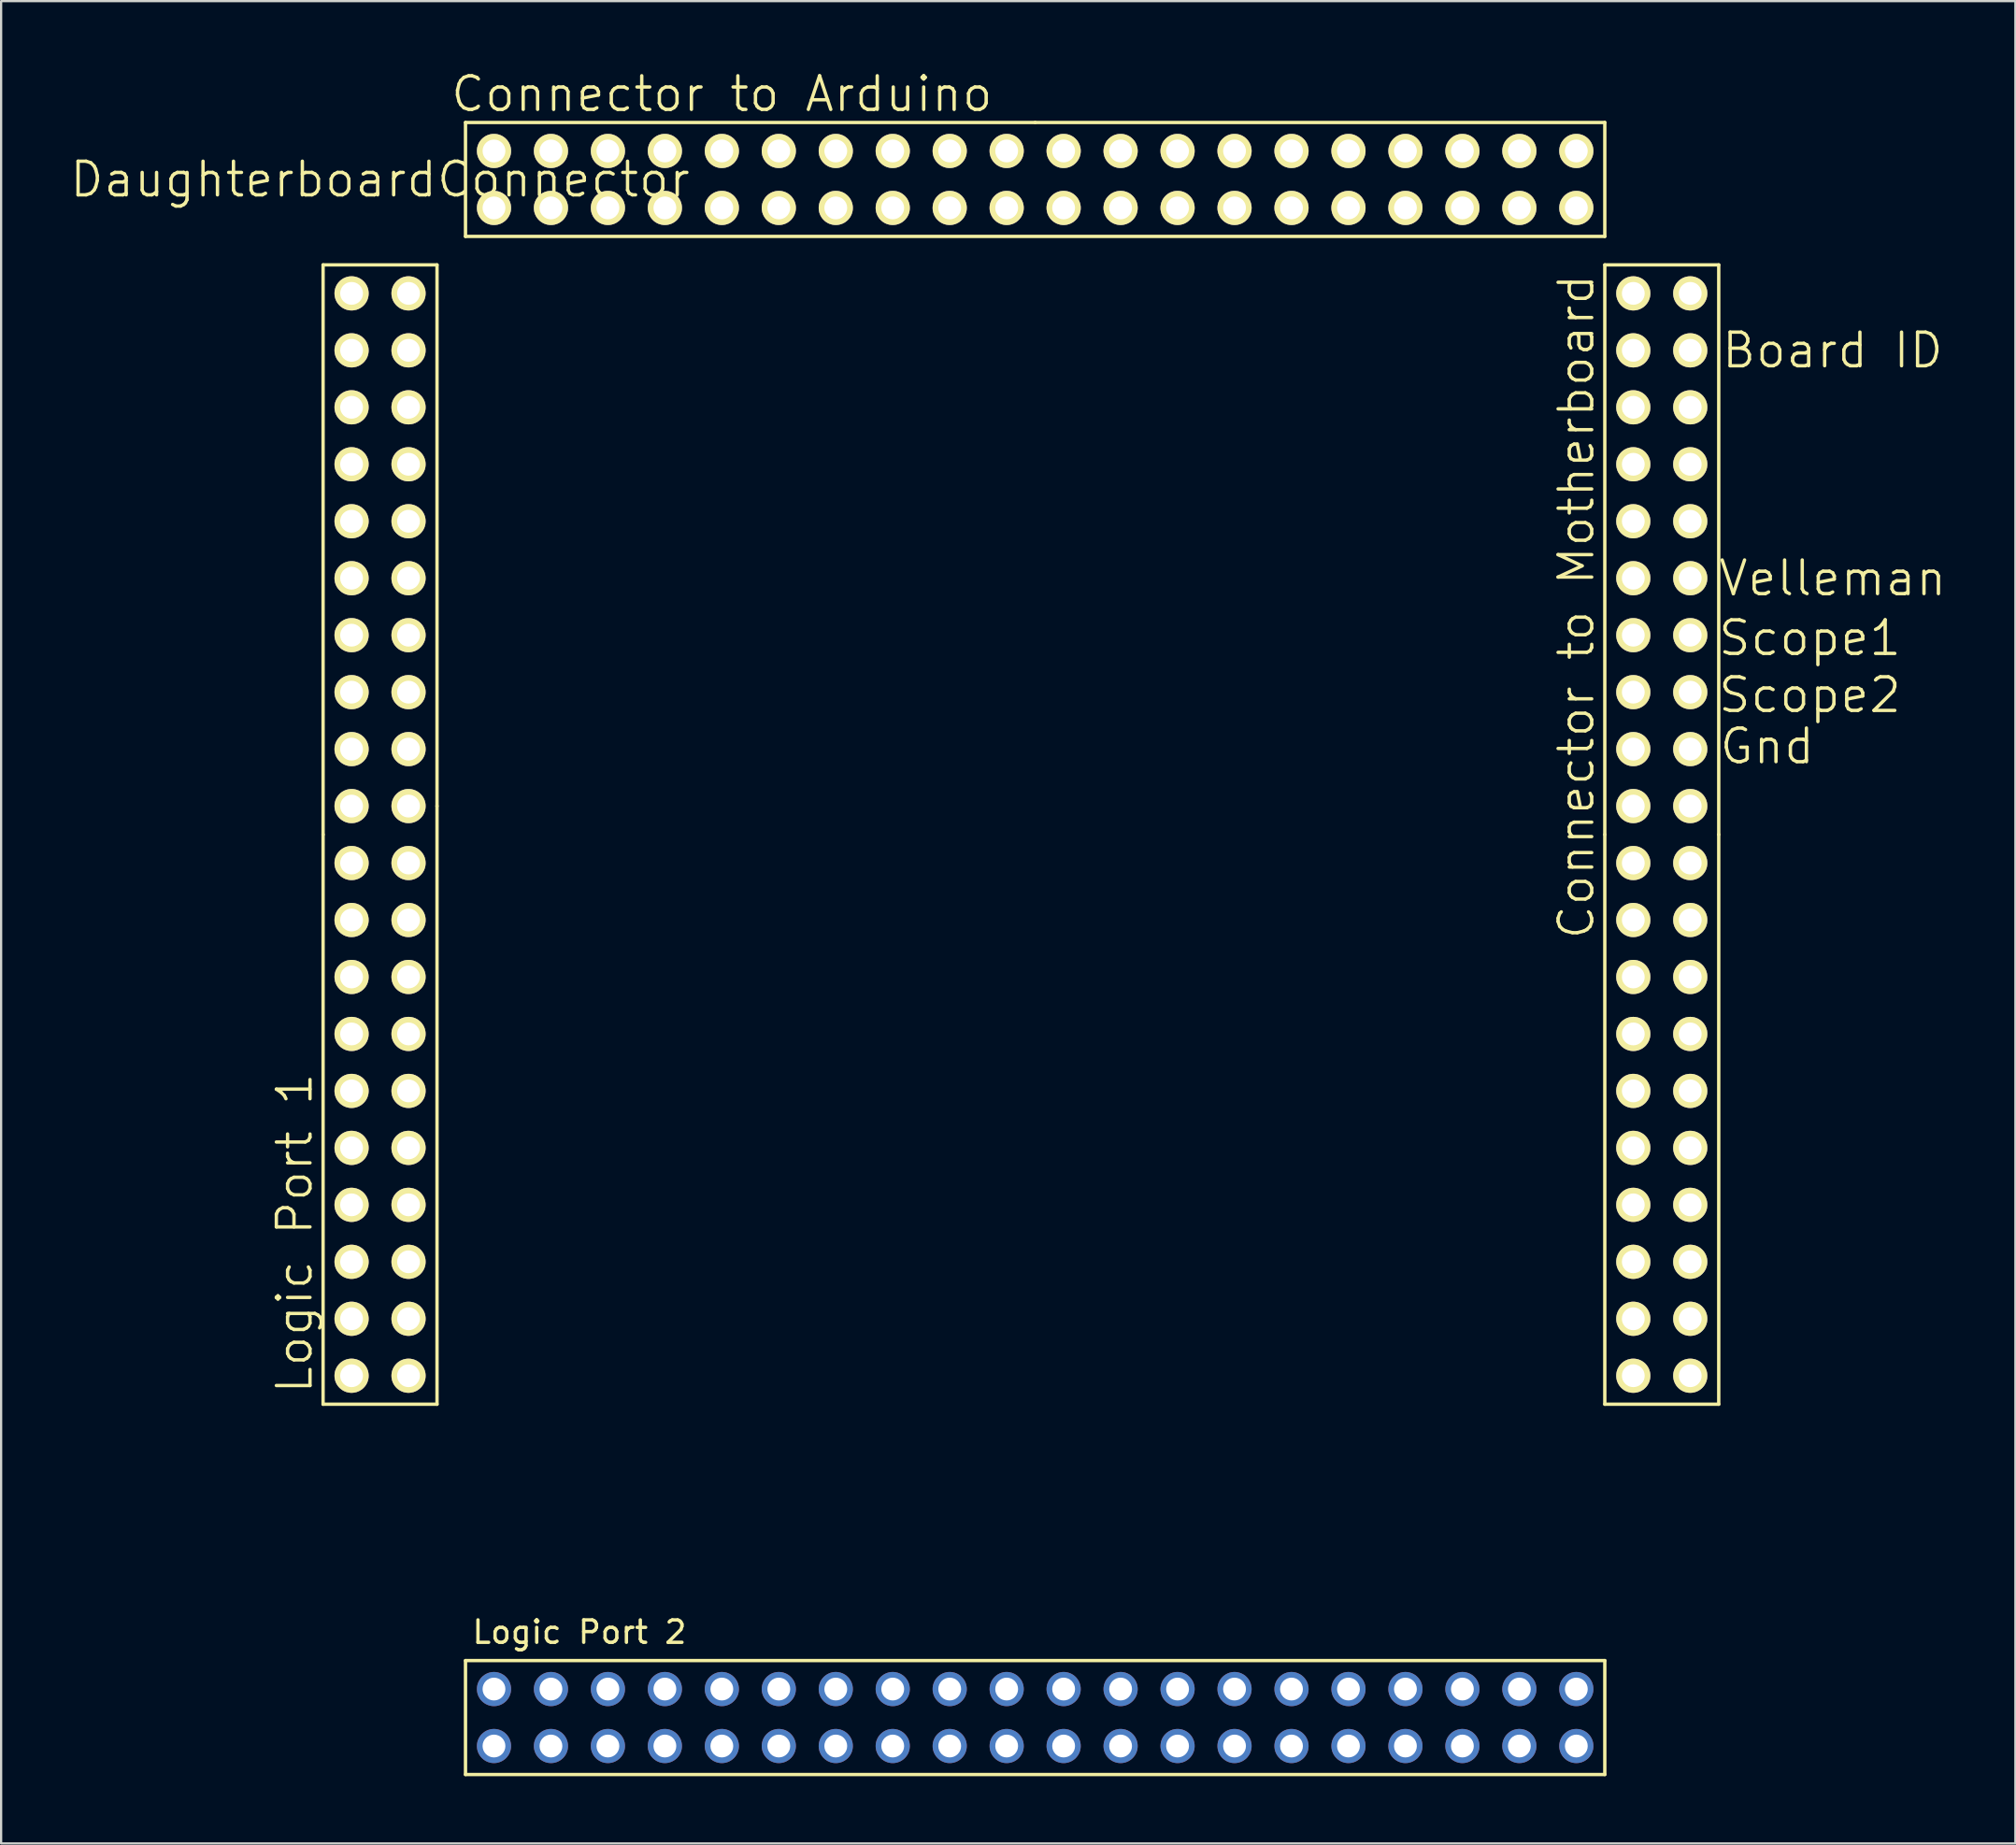
<source format=kicad_pcb>
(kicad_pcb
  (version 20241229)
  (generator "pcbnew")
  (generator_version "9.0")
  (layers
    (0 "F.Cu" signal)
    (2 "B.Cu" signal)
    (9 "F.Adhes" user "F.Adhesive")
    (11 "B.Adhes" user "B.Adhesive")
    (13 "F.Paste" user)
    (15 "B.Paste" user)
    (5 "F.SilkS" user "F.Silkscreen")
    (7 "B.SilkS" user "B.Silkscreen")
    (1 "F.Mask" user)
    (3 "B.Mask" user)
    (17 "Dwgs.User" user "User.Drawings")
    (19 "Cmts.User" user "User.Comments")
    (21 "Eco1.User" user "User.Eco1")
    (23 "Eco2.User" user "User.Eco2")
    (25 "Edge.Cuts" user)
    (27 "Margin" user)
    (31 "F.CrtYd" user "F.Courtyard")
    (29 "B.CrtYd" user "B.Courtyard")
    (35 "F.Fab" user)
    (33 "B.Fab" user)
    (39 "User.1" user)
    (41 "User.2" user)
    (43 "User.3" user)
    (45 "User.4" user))
  (footprint "DaughterboardConnector"
    (layer "F.Cu")
    (at 30.406 22.731)
    (property "Reference" "DaughterboardConnector" (at -16.51 -17.78 0) (layer "F.SilkS") (effects (font (size 1.5 1.5) (thickness 0.15))))
    (attr through_hole)
    (fp_line (start -19.05 -13.97) (end -19.05 11.43) (stroke (width 0.15) (type solid)) (layer "F.SilkS"))
    (fp_line (start -19.05 36.83) (end -19.05 11.43) (stroke (width 0.15) (type solid)) (layer "F.SilkS"))
    (fp_line (start -13.97 -13.97) (end -19.05 -13.97) (stroke (width 0.15) (type solid)) (layer "F.SilkS"))
    (fp_line (start -13.97 10.16) (end -13.97 -13.97) (stroke (width 0.15) (type solid)) (layer "F.SilkS"))
    (fp_line (start -13.97 10.16) (end -13.97 36.83) (stroke (width 0.15) (type solid)) (layer "F.SilkS"))
    (fp_line (start -13.97 36.83) (end -19.05 36.83) (stroke (width 0.15) (type solid)) (layer "F.SilkS"))
    (fp_line (start -12.7 -20.32) (end -12.7 -15.24) (stroke (width 0.15) (type solid)) (layer "F.SilkS"))
    (fp_line (start -12.7 48.26) (end -12.7 53.34) (stroke (width 0.15) (type solid)) (layer "F.SilkS"))
    (fp_line (start -12.7 53.34) (end 38.1 53.34) (stroke (width 0.15) (type solid)) (layer "F.SilkS"))
    (fp_line (start 12.7 -20.32) (end -12.7 -20.32) (stroke (width 0.15) (type solid)) (layer "F.SilkS"))
    (fp_line (start 12.7 -20.32) (end 38.1 -20.32) (stroke (width 0.15) (type solid)) (layer "F.SilkS"))
    (fp_line (start 38.1 -20.32) (end 38.1 -15.24) (stroke (width 0.15) (type solid)) (layer "F.SilkS"))
    (fp_line (start 38.1 -15.24) (end -12.7 -15.24) (stroke (width 0.15) (type solid)) (layer "F.SilkS"))
    (fp_line (start 38.1 -13.97) (end 43.18 -13.97) (stroke (width 0.15) (type solid)) (layer "F.SilkS"))
    (fp_line (start 38.1 11.43) (end 38.1 -13.97) (stroke (width 0.15) (type solid)) (layer "F.SilkS"))
    (fp_line (start 38.1 36.83) (end 38.1 11.43) (stroke (width 0.15) (type solid)) (layer "F.SilkS"))
    (fp_line (start 38.1 48.26) (end -12.7 48.26) (stroke (width 0.15) (type solid)) (layer "F.SilkS"))
    (fp_line (start 38.1 53.34) (end 38.1 48.26) (stroke (width 0.15) (type solid)) (layer "F.SilkS"))
    (fp_line (start 43.18 -13.97) (end 43.18 11.43) (stroke (width 0.15) (type solid)) (layer "F.SilkS"))
    (fp_line (start 43.18 11.43) (end 43.18 36.83) (stroke (width 0.15) (type solid)) (layer "F.SilkS"))
    (fp_line (start 43.18 36.83) (end 38.1 36.83) (stroke (width 0.15) (type solid)) (layer "F.SilkS"))
    (fp_text user "Velleman" (at 48.26 0 0) (layer "F.SilkS") (effects (font (size 1.5 1.5) (thickness 0.15))))
    (fp_text user "Logic Port 1" (at -20.32 29.21 90) (layer "F.SilkS") (effects (font (size 1.5 1.5) (thickness 0.15))))
    (fp_text user "Scope2" (at 47.244 5.207 0) (layer "F.SilkS") (effects (font (size 1.5 1.5) (thickness 0.15))))
    (fp_text user "Board ID" (at 48.26 -10.16 0) (layer "F.SilkS") (effects (font (size 1.5 1.5) (thickness 0.15))))
    (fp_text user "Connector to Arduino" (at -1.27 -21.59 0) (layer "F.SilkS") (effects (font (size 1.5 1.5) (thickness 0.15))))
    (fp_text user "Gnd" (at 45.339 7.493 0) (layer "F.SilkS") (effects (font (size 1.5 1.5) (thickness 0.15))))
    (fp_text user "Connector to Motherboard" (at 36.83 1.27 90) (layer "F.SilkS") (effects (font (size 1.5 1.5) (thickness 0.15))))
    (fp_text user "Scope1" (at 47.244 2.667 0) (layer "F.SilkS") (effects (font (size 1.5 1.5) (thickness 0.15))))
    (fp_text user "Logic Port 2" (at -7.62 46.99 0) (layer "F.SilkS") (effects (font (size 1 1) (thickness 0.15))))
    (pad "1" thru_hole circle (at 41.91 35.56) (size 1.524 1.524) (drill 1.016) (layers "*.Cu" "*.Mask" "F.SilkS"))
    (pad "2" thru_hole circle (at 39.37 35.56) (size 1.524 1.524) (drill 1.016) (layers "*.Cu" "*.Mask" "F.SilkS"))
    (pad "3" thru_hole circle (at 41.91 33.02) (size 1.524 1.524) (drill 1.016) (layers "*.Cu" "*.Mask" "F.SilkS"))
    (pad "4" thru_hole circle (at 39.37 33.02) (size 1.524 1.524) (drill 1.016) (layers "*.Cu" "*.Mask" "F.SilkS"))
    (pad "5" thru_hole circle (at 41.91 30.48) (size 1.524 1.524) (drill 1.016) (layers "*.Cu" "*.Mask" "F.SilkS"))
    (pad "6" thru_hole circle (at 39.37 30.48) (size 1.524 1.524) (drill 1.016) (layers "*.Cu" "*.Mask" "F.SilkS"))
    (pad "7" thru_hole circle (at 41.91 27.94) (size 1.524 1.524) (drill 1.016) (layers "*.Cu" "*.Mask" "F.SilkS"))
    (pad "8" thru_hole circle (at 39.37 27.94) (size 1.524 1.524) (drill 1.016) (layers "*.Cu" "*.Mask" "F.SilkS"))
    (pad "9" thru_hole circle (at 41.91 25.4) (size 1.524 1.524) (drill 1.016) (layers "*.Cu" "*.Mask" "F.SilkS"))
    (pad "10" thru_hole circle (at 39.37 25.4) (size 1.524 1.524) (drill 1.016) (layers "*.Cu" "*.Mask" "F.SilkS"))
    (pad "11" thru_hole circle (at 41.91 22.86) (size 1.524 1.524) (drill 1.016) (layers "*.Cu" "*.Mask" "F.SilkS"))
    (pad "12" thru_hole circle (at 39.37 22.86) (size 1.524 1.524) (drill 1.016) (layers "*.Cu" "*.Mask" "F.SilkS"))
    (pad "13" thru_hole circle (at 41.91 20.32) (size 1.524 1.524) (drill 1.016) (layers "*.Cu" "*.Mask" "F.SilkS"))
    (pad "14" thru_hole circle (at 39.37 20.32) (size 1.524 1.524) (drill 1.016) (layers "*.Cu" "*.Mask" "F.SilkS"))
    (pad "15" thru_hole circle (at 41.91 17.78) (size 1.524 1.524) (drill 1.016) (layers "*.Cu" "*.Mask" "F.SilkS"))
    (pad "16" thru_hole circle (at 39.37 17.78) (size 1.524 1.524) (drill 1.016) (layers "*.Cu" "*.Mask" "F.SilkS"))
    (pad "17" thru_hole circle (at 41.91 15.24) (size 1.524 1.524) (drill 1.016) (layers "*.Cu" "*.Mask" "F.SilkS"))
    (pad "18" thru_hole circle (at 39.37 15.24) (size 1.524 1.524) (drill 1.016) (layers "*.Cu" "*.Mask" "F.SilkS"))
    (pad "19" thru_hole circle (at 41.91 12.7) (size 1.524 1.524) (drill 1.016) (layers "*.Cu" "*.Mask" "F.SilkS"))
    (pad "20" thru_hole circle (at 39.37 12.7) (size 1.524 1.524) (drill 1.016) (layers "*.Cu" "*.Mask" "F.SilkS"))
    (pad "21" thru_hole circle (at 41.91 10.16) (size 1.524 1.524) (drill 1.016) (layers "*.Cu" "*.Mask" "F.SilkS"))
    (pad "22" thru_hole circle (at 39.37 10.16) (size 1.524 1.524) (drill 1.016) (layers "*.Cu" "*.Mask" "F.SilkS"))
    (pad "23" thru_hole circle (at 41.91 7.62) (size 1.524 1.524) (drill 1.016) (layers "*.Cu" "*.Mask" "F.SilkS"))
    (pad "24" thru_hole circle (at 39.37 7.62) (size 1.524 1.524) (drill 1.016) (layers "*.Cu" "*.Mask" "F.SilkS"))
    (pad "25" thru_hole circle (at 41.91 5.08) (size 1.524 1.524) (drill 1.016) (layers "*.Cu" "*.Mask" "F.SilkS"))
    (pad "26" thru_hole circle (at 39.37 5.08) (size 1.524 1.524) (drill 1.016) (layers "*.Cu" "*.Mask" "F.SilkS"))
    (pad "27" thru_hole circle (at 41.91 2.54) (size 1.524 1.524) (drill 1.016) (layers "*.Cu" "*.Mask" "F.SilkS"))
    (pad "28" thru_hole circle (at 39.37 2.54) (size 1.524 1.524) (drill 1.016) (layers "*.Cu" "*.Mask" "F.SilkS"))
    (pad "29" thru_hole circle (at 41.91 0) (size 1.524 1.524) (drill 1.016) (layers "*.Cu" "*.Mask" "F.SilkS"))
    (pad "30" thru_hole circle (at 39.37 0) (size 1.524 1.524) (drill 1.016) (layers "*.Cu" "*.Mask" "F.SilkS"))
    (pad "31" thru_hole circle (at 41.91 -2.54) (size 1.524 1.524) (drill 1.016) (layers "*.Cu" "*.Mask" "F.SilkS"))
    (pad "32" thru_hole circle (at 39.37 -2.54) (size 1.524 1.524) (drill 1.016) (layers "*.Cu" "*.Mask" "F.SilkS"))
    (pad "33" thru_hole circle (at 41.91 -5.08) (size 1.524 1.524) (drill 1.016) (layers "*.Cu" "*.Mask" "F.SilkS"))
    (pad "34" thru_hole circle (at 39.37 -5.08) (size 1.524 1.524) (drill 1.016) (layers "*.Cu" "*.Mask" "F.SilkS"))
    (pad "35" thru_hole circle (at 41.91 -7.62) (size 1.524 1.524) (drill 1.016) (layers "*.Cu" "*.Mask" "F.SilkS"))
    (pad "36" thru_hole circle (at 39.37 -7.62) (size 1.524 1.524) (drill 1.016) (layers "*.Cu" "*.Mask" "F.SilkS"))
    (pad "37" thru_hole circle (at 41.91 -10.16) (size 1.524 1.524) (drill 1.016) (layers "*.Cu" "*.Mask" "F.SilkS"))
    (pad "38" thru_hole circle (at 39.37 -10.16) (size 1.524 1.524) (drill 1.016) (layers "*.Cu" "*.Mask" "F.SilkS"))
    (pad "39" thru_hole circle (at 41.91 -12.7) (size 1.524 1.524) (drill 1.016) (layers "*.Cu" "*.Mask" "F.SilkS"))
    (pad "40" thru_hole circle (at 39.37 -12.7) (size 1.524 1.524) (drill 1.016) (layers "*.Cu" "*.Mask" "F.SilkS"))
    (pad "41" thru_hole circle (at 36.83 -19.05 90) (size 1.524 1.524) (drill 1.016) (layers "*.Cu" "*.Mask" "F.SilkS"))
    (pad "42" thru_hole circle (at 36.83 -16.51 90) (size 1.524 1.524) (drill 1.016) (layers "*.Cu" "*.Mask" "F.SilkS"))
    (pad "43" thru_hole circle (at 34.29 -19.05 90) (size 1.524 1.524) (drill 1.016) (layers "*.Cu" "*.Mask" "F.SilkS"))
    (pad "44" thru_hole circle (at 34.29 -16.51 90) (size 1.524 1.524) (drill 1.016) (layers "*.Cu" "*.Mask" "F.SilkS"))
    (pad "45" thru_hole circle (at 31.75 -19.05 90) (size 1.524 1.524) (drill 1.016) (layers "*.Cu" "*.Mask" "F.SilkS"))
    (pad "46" thru_hole circle (at 31.75 -16.51 90) (size 1.524 1.524) (drill 1.016) (layers "*.Cu" "*.Mask" "F.SilkS"))
    (pad "47" thru_hole circle (at 29.21 -19.05 90) (size 1.524 1.524) (drill 1.016) (layers "*.Cu" "*.Mask" "F.SilkS"))
    (pad "48" thru_hole circle (at 29.21 -16.51 90) (size 1.524 1.524) (drill 1.016) (layers "*.Cu" "*.Mask" "F.SilkS"))
    (pad "49" thru_hole circle (at 26.67 -19.05 90) (size 1.524 1.524) (drill 1.016) (layers "*.Cu" "*.Mask" "F.SilkS"))
    (pad "50" thru_hole circle (at 26.67 -16.51 90) (size 1.524 1.524) (drill 1.016) (layers "*.Cu" "*.Mask" "F.SilkS"))
    (pad "51" thru_hole circle (at 24.13 -19.05 90) (size 1.524 1.524) (drill 1.016) (layers "*.Cu" "*.Mask" "F.SilkS"))
    (pad "52" thru_hole circle (at 24.13 -16.51 90) (size 1.524 1.524) (drill 1.016) (layers "*.Cu" "*.Mask" "F.SilkS"))
    (pad "53" thru_hole circle (at 21.59 -19.05 90) (size 1.524 1.524) (drill 1.016) (layers "*.Cu" "*.Mask" "F.SilkS"))
    (pad "54" thru_hole circle (at 21.59 -16.51 90) (size 1.524 1.524) (drill 1.016) (layers "*.Cu" "*.Mask" "F.SilkS"))
    (pad "55" thru_hole circle (at 19.05 -19.05 90) (size 1.524 1.524) (drill 1.016) (layers "*.Cu" "*.Mask" "F.SilkS"))
    (pad "56" thru_hole circle (at 19.05 -16.51 90) (size 1.524 1.524) (drill 1.016) (layers "*.Cu" "*.Mask" "F.SilkS"))
    (pad "57" thru_hole circle (at 16.51 -19.05 90) (size 1.524 1.524) (drill 1.016) (layers "*.Cu" "*.Mask" "F.SilkS"))
    (pad "58" thru_hole circle (at 16.51 -16.51 90) (size 1.524 1.524) (drill 1.016) (layers "*.Cu" "*.Mask" "F.SilkS"))
    (pad "59" thru_hole circle (at 13.97 -19.05 90) (size 1.524 1.524) (drill 1.016) (layers "*.Cu" "*.Mask" "F.SilkS"))
    (pad "60" thru_hole circle (at 13.97 -16.51 90) (size 1.524 1.524) (drill 1.016) (layers "*.Cu" "*.Mask" "F.SilkS"))
    (pad "61" thru_hole circle (at 11.43 -19.05 90) (size 1.524 1.524) (drill 1.016) (layers "*.Cu" "*.Mask" "F.SilkS"))
    (pad "62" thru_hole circle (at 11.43 -16.51 90) (size 1.524 1.524) (drill 1.016) (layers "*.Cu" "*.Mask" "F.SilkS"))
    (pad "63" thru_hole circle (at 8.89 -19.05 90) (size 1.524 1.524) (drill 1.016) (layers "*.Cu" "*.Mask" "F.SilkS"))
    (pad "64" thru_hole circle (at 8.89 -16.51 90) (size 1.524 1.524) (drill 1.016) (layers "*.Cu" "*.Mask" "F.SilkS"))
    (pad "65" thru_hole circle (at 6.35 -19.05 90) (size 1.524 1.524) (drill 1.016) (layers "*.Cu" "*.Mask" "F.SilkS"))
    (pad "66" thru_hole circle (at 6.35 -16.51 90) (size 1.524 1.524) (drill 1.016) (layers "*.Cu" "*.Mask" "F.SilkS"))
    (pad "67" thru_hole circle (at 3.81 -19.05 90) (size 1.524 1.524) (drill 1.016) (layers "*.Cu" "*.Mask" "F.SilkS"))
    (pad "68" thru_hole circle (at 3.81 -16.51 90) (size 1.524 1.524) (drill 1.016) (layers "*.Cu" "*.Mask" "F.SilkS"))
    (pad "69" thru_hole circle (at 1.27 -19.05 90) (size 1.524 1.524) (drill 1.016) (layers "*.Cu" "*.Mask" "F.SilkS"))
    (pad "70" thru_hole circle (at 1.27 -16.51 90) (size 1.524 1.524) (drill 1.016) (layers "*.Cu" "*.Mask" "F.SilkS"))
    (pad "71" thru_hole circle (at -1.27 -19.05 90) (size 1.524 1.524) (drill 1.016) (layers "*.Cu" "*.Mask" "F.SilkS"))
    (pad "72" thru_hole circle (at -1.27 -16.51 90) (size 1.524 1.524) (drill 1.016) (layers "*.Cu" "*.Mask" "F.SilkS"))
    (pad "73" thru_hole circle (at -3.81 -19.05 90) (size 1.524 1.524) (drill 1.016) (layers "*.Cu" "*.Mask" "F.SilkS"))
    (pad "74" thru_hole circle (at -3.81 -16.51 90) (size 1.524 1.524) (drill 1.016) (layers "*.Cu" "*.Mask" "F.SilkS"))
    (pad "75" thru_hole circle (at -6.35 -19.05 90) (size 1.524 1.524) (drill 1.016) (layers "*.Cu" "*.Mask" "F.SilkS"))
    (pad "76" thru_hole circle (at -6.35 -16.51 90) (size 1.524 1.524) (drill 1.016) (layers "*.Cu" "*.Mask" "F.SilkS"))
    (pad "77" thru_hole circle (at -8.89 -19.05 90) (size 1.524 1.524) (drill 1.016) (layers "*.Cu" "*.Mask" "F.SilkS"))
    (pad "78" thru_hole circle (at -8.89 -16.51 90) (size 1.524 1.524) (drill 1.016) (layers "*.Cu" "*.Mask" "F.SilkS"))
    (pad "79" thru_hole circle (at -11.43 -19.05 90) (size 1.524 1.524) (drill 1.016) (layers "*.Cu" "*.Mask" "F.SilkS"))
    (pad "80" thru_hole circle (at -11.43 -16.51 90) (size 1.524 1.524) (drill 1.016) (layers "*.Cu" "*.Mask" "F.SilkS"))
    (pad "81" thru_hole circle (at -17.78 35.56 90) (size 1.524 1.524) (drill 1.016) (layers "*.Cu" "*.Mask" "F.SilkS"))
    (pad "81" thru_hole circle (at -11.43 49.53) (size 1.524 1.524) (drill 1.016) (layers "*.Cu" "*.Mask"))
    (pad "82" thru_hole circle (at -15.24 35.56 90) (size 1.524 1.524) (drill 1.016) (layers "*.Cu" "*.Mask" "F.SilkS"))
    (pad "82" thru_hole circle (at -11.43 52.07) (size 1.524 1.524) (drill 1.016) (layers "*.Cu" "*.Mask"))
    (pad "83" thru_hole circle (at -17.78 33.02 90) (size 1.524 1.524) (drill 1.016) (layers "*.Cu" "*.Mask" "F.SilkS"))
    (pad "83" thru_hole circle (at -8.89 49.53) (size 1.524 1.524) (drill 1.016) (layers "*.Cu" "*.Mask"))
    (pad "84" thru_hole circle (at -15.24 33.02 90) (size 1.524 1.524) (drill 1.016) (layers "*.Cu" "*.Mask" "F.SilkS"))
    (pad "84" thru_hole circle (at -8.89 52.07) (size 1.524 1.524) (drill 1.016) (layers "*.Cu" "*.Mask"))
    (pad "85" thru_hole circle (at -17.78 30.48 90) (size 1.524 1.524) (drill 1.016) (layers "*.Cu" "*.Mask" "F.SilkS"))
    (pad "85" thru_hole circle (at -6.35 49.53) (size 1.524 1.524) (drill 1.016) (layers "*.Cu" "*.Mask"))
    (pad "86" thru_hole circle (at -15.24 30.48 90) (size 1.524 1.524) (drill 1.016) (layers "*.Cu" "*.Mask" "F.SilkS"))
    (pad "86" thru_hole circle (at -6.35 52.07) (size 1.524 1.524) (drill 1.016) (layers "*.Cu" "*.Mask"))
    (pad "87" thru_hole circle (at -17.78 27.94 90) (size 1.524 1.524) (drill 1.016) (layers "*.Cu" "*.Mask" "F.SilkS"))
    (pad "87" thru_hole circle (at -3.81 49.53) (size 1.524 1.524) (drill 1.016) (layers "*.Cu" "*.Mask"))
    (pad "88" thru_hole circle (at -15.24 27.94 90) (size 1.524 1.524) (drill 1.016) (layers "*.Cu" "*.Mask" "F.SilkS"))
    (pad "88" thru_hole circle (at -3.81 52.07) (size 1.524 1.524) (drill 1.016) (layers "*.Cu" "*.Mask"))
    (pad "89" thru_hole circle (at -17.78 25.4 90) (size 1.524 1.524) (drill 1.016) (layers "*.Cu" "*.Mask" "F.SilkS"))
    (pad "89" thru_hole circle (at -1.27 49.53) (size 1.524 1.524) (drill 1.016) (layers "*.Cu" "*.Mask"))
    (pad "90" thru_hole circle (at -15.24 25.4 90) (size 1.524 1.524) (drill 1.016) (layers "*.Cu" "*.Mask" "F.SilkS"))
    (pad "90" thru_hole circle (at -1.27 52.07) (size 1.524 1.524) (drill 1.016) (layers "*.Cu" "*.Mask"))
    (pad "91" thru_hole circle (at -17.78 22.86 90) (size 1.524 1.524) (drill 1.016) (layers "*.Cu" "*.Mask" "F.SilkS"))
    (pad "91" thru_hole circle (at 1.27 49.53) (size 1.524 1.524) (drill 1.016) (layers "*.Cu" "*.Mask"))
    (pad "92" thru_hole circle (at -15.24 22.86 90) (size 1.524 1.524) (drill 1.016) (layers "*.Cu" "*.Mask" "F.SilkS"))
    (pad "92" thru_hole circle (at 1.27 52.07) (size 1.524 1.524) (drill 1.016) (layers "*.Cu" "*.Mask"))
    (pad "93" thru_hole circle (at -17.78 20.32 90) (size 1.524 1.524) (drill 1.016) (layers "*.Cu" "*.Mask" "F.SilkS"))
    (pad "93" thru_hole circle (at 3.81 49.53) (size 1.524 1.524) (drill 1.016) (layers "*.Cu" "*.Mask"))
    (pad "94" thru_hole circle (at -15.24 20.32 90) (size 1.524 1.524) (drill 1.016) (layers "*.Cu" "*.Mask" "F.SilkS"))
    (pad "94" thru_hole circle (at 3.81 52.07) (size 1.524 1.524) (drill 1.016) (layers "*.Cu" "*.Mask"))
    (pad "95" thru_hole circle (at -17.78 17.78 90) (size 1.524 1.524) (drill 1.016) (layers "*.Cu" "*.Mask" "F.SilkS"))
    (pad "95" thru_hole circle (at 6.35 49.53) (size 1.524 1.524) (drill 1.016) (layers "*.Cu" "*.Mask"))
    (pad "96" thru_hole circle (at -15.24 17.78 90) (size 1.524 1.524) (drill 1.016) (layers "*.Cu" "*.Mask" "F.SilkS"))
    (pad "96" thru_hole circle (at 6.35 52.07) (size 1.524 1.524) (drill 1.016) (layers "*.Cu" "*.Mask"))
    (pad "97" thru_hole circle (at -17.78 15.24 90) (size 1.524 1.524) (drill 1.016) (layers "*.Cu" "*.Mask" "F.SilkS"))
    (pad "97" thru_hole circle (at 8.89 49.53) (size 1.524 1.524) (drill 1.016) (layers "*.Cu" "*.Mask"))
    (pad "98" thru_hole circle (at -15.24 15.24 90) (size 1.524 1.524) (drill 1.016) (layers "*.Cu" "*.Mask" "F.SilkS"))
    (pad "98" thru_hole circle (at 8.89 52.07) (size 1.524 1.524) (drill 1.016) (layers "*.Cu" "*.Mask"))
    (pad "99" thru_hole circle (at -17.78 12.7 90) (size 1.524 1.524) (drill 1.016) (layers "*.Cu" "*.Mask" "F.SilkS"))
    (pad "99" thru_hole circle (at 11.43 49.53) (size 1.524 1.524) (drill 1.016) (layers "*.Cu" "*.Mask"))
    (pad "100" thru_hole circle (at -15.24 12.7 90) (size 1.524 1.524) (drill 1.016) (layers "*.Cu" "*.Mask" "F.SilkS"))
    (pad "100" thru_hole circle (at 11.43 52.07) (size 1.524 1.524) (drill 1.016) (layers "*.Cu" "*.Mask"))
    (pad "101" thru_hole circle (at -17.78 10.16) (size 1.524 1.524) (drill 1.016) (layers "*.Cu" "*.Mask" "F.SilkS"))
    (pad "101" thru_hole circle (at 13.97 49.53) (size 1.524 1.524) (drill 1.016) (layers "*.Cu" "*.Mask"))
    (pad "102" thru_hole circle (at -15.24 10.16) (size 1.524 1.524) (drill 1.016) (layers "*.Cu" "*.Mask" "F.SilkS"))
    (pad "102" thru_hole circle (at 13.97 52.07) (size 1.524 1.524) (drill 1.016) (layers "*.Cu" "*.Mask"))
    (pad "103" thru_hole circle (at -17.78 7.62) (size 1.524 1.524) (drill 1.016) (layers "*.Cu" "*.Mask" "F.SilkS"))
    (pad "103" thru_hole circle (at 16.51 49.53) (size 1.524 1.524) (drill 1.016) (layers "*.Cu" "*.Mask"))
    (pad "104" thru_hole circle (at -15.24 7.62) (size 1.524 1.524) (drill 1.016) (layers "*.Cu" "*.Mask" "F.SilkS"))
    (pad "104" thru_hole circle (at 16.51 52.07) (size 1.524 1.524) (drill 1.016) (layers "*.Cu" "*.Mask"))
    (pad "105" thru_hole circle (at -17.78 5.08) (size 1.524 1.524) (drill 1.016) (layers "*.Cu" "*.Mask" "F.SilkS"))
    (pad "105" thru_hole circle (at 19.05 49.53) (size 1.524 1.524) (drill 1.016) (layers "*.Cu" "*.Mask"))
    (pad "106" thru_hole circle (at -15.24 5.08) (size 1.524 1.524) (drill 1.016) (layers "*.Cu" "*.Mask" "F.SilkS"))
    (pad "106" thru_hole circle (at 19.05 52.07) (size 1.524 1.524) (drill 1.016) (layers "*.Cu" "*.Mask"))
    (pad "107" thru_hole circle (at -17.78 2.54) (size 1.524 1.524) (drill 1.016) (layers "*.Cu" "*.Mask" "F.SilkS"))
    (pad "107" thru_hole circle (at 21.59 49.53) (size 1.524 1.524) (drill 1.016) (layers "*.Cu" "*.Mask"))
    (pad "108" thru_hole circle (at -15.24 2.54) (size 1.524 1.524) (drill 1.016) (layers "*.Cu" "*.Mask" "F.SilkS"))
    (pad "108" thru_hole circle (at 21.59 52.07) (size 1.524 1.524) (drill 1.016) (layers "*.Cu" "*.Mask"))
    (pad "109" thru_hole circle (at -17.78 0) (size 1.524 1.524) (drill 1.016) (layers "*.Cu" "*.Mask" "F.SilkS"))
    (pad "109" thru_hole circle (at 24.13 49.53) (size 1.524 1.524) (drill 1.016) (layers "*.Cu" "*.Mask"))
    (pad "110" thru_hole circle (at -15.24 0) (size 1.524 1.524) (drill 1.016) (layers "*.Cu" "*.Mask" "F.SilkS"))
    (pad "110" thru_hole circle (at 24.13 52.07) (size 1.524 1.524) (drill 1.016) (layers "*.Cu" "*.Mask"))
    (pad "111" thru_hole circle (at -17.78 -2.54) (size 1.524 1.524) (drill 1.016) (layers "*.Cu" "*.Mask" "F.SilkS"))
    (pad "111" thru_hole circle (at 26.67 49.53) (size 1.524 1.524) (drill 1.016) (layers "*.Cu" "*.Mask"))
    (pad "112" thru_hole circle (at -15.24 -2.54) (size 1.524 1.524) (drill 1.016) (layers "*.Cu" "*.Mask" "F.SilkS"))
    (pad "112" thru_hole circle (at 26.67 52.07) (size 1.524 1.524) (drill 1.016) (layers "*.Cu" "*.Mask"))
    (pad "113" thru_hole circle (at -17.78 -5.08) (size 1.524 1.524) (drill 1.016) (layers "*.Cu" "*.Mask" "F.SilkS"))
    (pad "113" thru_hole circle (at 29.21 49.53) (size 1.524 1.524) (drill 1.016) (layers "*.Cu" "*.Mask"))
    (pad "114" thru_hole circle (at -15.24 -5.08) (size 1.524 1.524) (drill 1.016) (layers "*.Cu" "*.Mask" "F.SilkS"))
    (pad "114" thru_hole circle (at 29.21 52.07) (size 1.524 1.524) (drill 1.016) (layers "*.Cu" "*.Mask"))
    (pad "115" thru_hole circle (at -17.78 -7.62) (size 1.524 1.524) (drill 1.016) (layers "*.Cu" "*.Mask" "F.SilkS"))
    (pad "115" thru_hole circle (at 31.75 49.53) (size 1.524 1.524) (drill 1.016) (layers "*.Cu" "*.Mask"))
    (pad "116" thru_hole circle (at -15.24 -7.62) (size 1.524 1.524) (drill 1.016) (layers "*.Cu" "*.Mask" "F.SilkS"))
    (pad "116" thru_hole circle (at 31.75 52.07) (size 1.524 1.524) (drill 1.016) (layers "*.Cu" "*.Mask"))
    (pad "117" thru_hole circle (at -17.78 -10.16) (size 1.524 1.524) (drill 1.016) (layers "*.Cu" "*.Mask" "F.SilkS"))
    (pad "117" thru_hole circle (at 34.29 49.53) (size 1.524 1.524) (drill 1.016) (layers "*.Cu" "*.Mask"))
    (pad "118" thru_hole circle (at -15.24 -10.16) (size 1.524 1.524) (drill 1.016) (layers "*.Cu" "*.Mask" "F.SilkS"))
    (pad "118" thru_hole circle (at 34.29 52.07) (size 1.524 1.524) (drill 1.016) (layers "*.Cu" "*.Mask"))
    (pad "119" thru_hole circle (at -17.78 -12.7) (size 1.524 1.524) (drill 1.016) (layers "*.Cu" "*.Mask" "F.SilkS"))
    (pad "119" thru_hole circle (at 36.83 49.53) (size 1.524 1.524) (drill 1.016) (layers "*.Cu" "*.Mask"))
    (pad "120" thru_hole circle (at -15.24 -12.7) (size 1.524 1.524) (drill 1.016) (layers "*.Cu" "*.Mask" "F.SilkS"))
    (pad "120" thru_hole circle (at 36.83 52.07) (size 1.524 1.524) (drill 1.016) (layers "*.Cu" "*.Mask")))
  (gr_rect
    (start -3 -3)
    (end 86.813 79.146)
    (stroke (width 0.1) (type default))
    (fill no)
    (layer "Edge.Cuts")))
</source>
